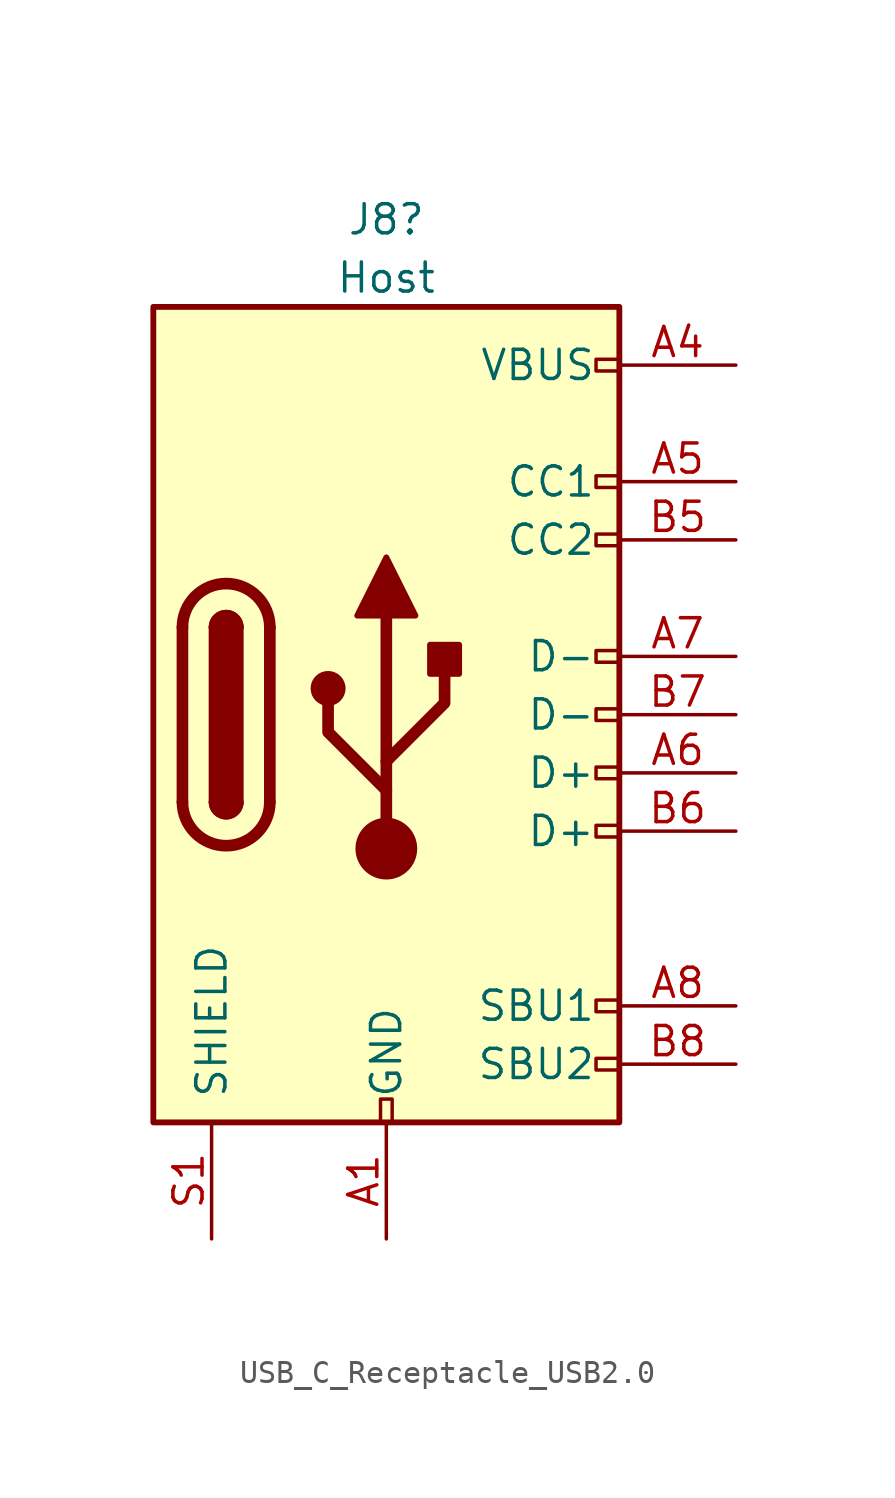
<source format=kicad_sym>
(kicad_symbol_lib
  (version 20211014)
  (generator kicad_symbol_editor)
  (symbol "USB_C_Receptacle_USB2.0"
    (pin_names
      (offset 1.016))
    (property "Reference" "J8"
      (at 0 21.59 0)
      (effects (font (size 1.27 1.27))))
    (property "Value" "Host"
      (at 0 19.05 0)
      (effects (font (size 1.27 1.27))))
    (symbol "USB_C_Receptacle_USB2.0_0_0"
      (rectangle (start -0.254 -17.78) (end 0.254 -16.764) (stroke (width 0) (type default) (color 0 0 0 0)) (fill (type none)))
      (rectangle (start 10.16 -14.986) (end 9.144 -15.494) (stroke (width 0) (type default) (color 0 0 0 0)) (fill (type none)))
      (rectangle (start 10.16 -12.446) (end 9.144 -12.954) (stroke (width 0) (type default) (color 0 0 0 0)) (fill (type none)))
      (rectangle (start 10.16 -4.826) (end 9.144 -5.334) (stroke (width 0) (type default) (color 0 0 0 0)) (fill (type none)))
      (rectangle (start 10.16 -2.286) (end 9.144 -2.794) (stroke (width 0) (type default) (color 0 0 0 0)) (fill (type none)))
      (rectangle (start 10.16 0.254) (end 9.144 -0.254) (stroke (width 0) (type default) (color 0 0 0 0)) (fill (type none)))
      (rectangle (start 10.16 2.794) (end 9.144 2.286) (stroke (width 0) (type default) (color 0 0 0 0)) (fill (type none)))
      (rectangle (start 10.16 7.874) (end 9.144 7.366) (stroke (width 0) (type default) (color 0 0 0 0)) (fill (type none)))
      (rectangle (start 10.16 10.414) (end 9.144 9.906) (stroke (width 0) (type default) (color 0 0 0 0)) (fill (type none)))
      (rectangle (start 10.16 15.494) (end 9.144 14.986) (stroke (width 0) (type default) (color 0 0 0 0)) (fill (type none))))
    (symbol "USB_C_Receptacle_USB2.0_0_1"
      (rectangle (start -10.16 17.78) (end 10.16 -17.78) (stroke (width 0.254) (type default) (color 0 0 0 0)) (fill (type background)))
      (arc (start -8.89 -3.81) (mid -6.985 -5.715) (end -5.08 -3.81) (stroke (width 0.508) (type default) (color 0 0 0 0)) (fill (type none)))
      (arc (start -7.62 -3.81) (mid -6.985 -4.445) (end -6.35 -3.81) (stroke (width 0.254) (type default) (color 0 0 0 0)) (fill (type none)))
      (arc (start -7.62 -3.81) (mid -6.985 -4.445) (end -6.35 -3.81) (stroke (width 0.254) (type default) (color 0 0 0 0)) (fill (type outline)))
      (rectangle (start -7.62 -3.81) (end -6.35 3.81) (stroke (width 0.254) (type default) (color 0 0 0 0)) (fill (type outline)))
      (arc (start -6.35 3.81) (mid -6.985 4.445) (end -7.62 3.81) (stroke (width 0.254) (type default) (color 0 0 0 0)) (fill (type none)))
      (arc (start -6.35 3.81) (mid -6.985 4.445) (end -7.62 3.81) (stroke (width 0.254) (type default) (color 0 0 0 0)) (fill (type outline)))
      (arc (start -5.08 3.81) (mid -6.985 5.715) (end -8.89 3.81) (stroke (width 0.508) (type default) (color 0 0 0 0)) (fill (type none)))
      (circle (center -2.54 1.143) (radius 0.635) (stroke (width 0.254) (type default) (color 0 0 0 0)) (fill (type outline)))
      (circle (center 0 -5.842) (radius 1.27) (stroke (width 0) (type default) (color 0 0 0 0)) (fill (type outline)))
      (polyline (pts (xy -8.89 -3.81) (xy -8.89 3.81)) (stroke (width 0.508) (type default) (color 0 0 0 0)) (fill (type none)))
      (polyline (pts (xy -5.08 3.81) (xy -5.08 -3.81)) (stroke (width 0.508) (type default) (color 0 0 0 0)) (fill (type none)))
      (polyline (pts (xy 0 -5.842) (xy 0 4.318)) (stroke (width 0.508) (type default) (color 0 0 0 0)) (fill (type none)))
      (polyline (pts (xy 0 -3.302) (xy -2.54 -0.762) (xy -2.54 0.508)) (stroke (width 0.508) (type default) (color 0 0 0 0)) (fill (type none)))
      (polyline (pts (xy 0 -2.032) (xy 2.54 0.508) (xy 2.54 1.778)) (stroke (width 0.508) (type default) (color 0 0 0 0)) (fill (type none)))
      (polyline (pts (xy -1.27 4.318) (xy 0 6.858) (xy 1.27 4.318) (xy -1.27 4.318)) (stroke (width 0.254) (type default) (color 0 0 0 0)) (fill (type outline)))
      (rectangle (start 1.905 1.778) (end 3.175 3.048) (stroke (width 0.254) (type default) (color 0 0 0 0)) (fill (type outline))))
    (symbol "USB_C_Receptacle_USB2.0_1_1"
      (pin passive line (at 0 -22.86 90) (length 5.08) (name "GND" (effects (font (size 1.27 1.27)))) (number "A1" (effects (font (size 1.27 1.27)))))
      (pin passive line (at 0 -22.86 90) (length 5.08) hide (name "GND" (effects (font (size 1.27 1.27)))) (number "A12" (effects (font (size 1.27 1.27)))))
      (pin passive line (at 15.24 15.24 180) (length 5.08) (name "VBUS" (effects (font (size 1.27 1.27)))) (number "A4" (effects (font (size 1.27 1.27)))))
      (pin bidirectional line (at 15.24 10.16 180) (length 5.08) (name "CC1" (effects (font (size 1.27 1.27)))) (number "A5" (effects (font (size 1.27 1.27)))))
      (pin bidirectional line (at 15.24 -2.54 180) (length 5.08) (name "D+" (effects (font (size 1.27 1.27)))) (number "A6" (effects (font (size 1.27 1.27)))))
      (pin bidirectional line (at 15.24 2.54 180) (length 5.08) (name "D-" (effects (font (size 1.27 1.27)))) (number "A7" (effects (font (size 1.27 1.27)))))
      (pin bidirectional line (at 15.24 -12.7 180) (length 5.08) (name "SBU1" (effects (font (size 1.27 1.27)))) (number "A8" (effects (font (size 1.27 1.27)))))
      (pin passive line (at 15.24 15.24 180) (length 5.08) hide (name "VBUS" (effects (font (size 1.27 1.27)))) (number "A9" (effects (font (size 1.27 1.27)))))
      (pin passive line (at 0 -22.86 90) (length 5.08) hide (name "GND" (effects (font (size 1.27 1.27)))) (number "B1" (effects (font (size 1.27 1.27)))))
      (pin passive line (at 0 -22.86 90) (length 5.08) hide (name "GND" (effects (font (size 1.27 1.27)))) (number "B12" (effects (font (size 1.27 1.27)))))
      (pin passive line (at 15.24 15.24 180) (length 5.08) hide (name "VBUS" (effects (font (size 1.27 1.27)))) (number "B4" (effects (font (size 1.27 1.27)))))
      (pin bidirectional line (at 15.24 7.62 180) (length 5.08) (name "CC2" (effects (font (size 1.27 1.27)))) (number "B5" (effects (font (size 1.27 1.27)))))
      (pin bidirectional line (at 15.24 -5.08 180) (length 5.08) (name "D+" (effects (font (size 1.27 1.27)))) (number "B6" (effects (font (size 1.27 1.27)))))
      (pin bidirectional line (at 15.24 0 180) (length 5.08) (name "D-" (effects (font (size 1.27 1.27)))) (number "B7" (effects (font (size 1.27 1.27)))))
      (pin bidirectional line (at 15.24 -15.24 180) (length 5.08) (name "SBU2" (effects (font (size 1.27 1.27)))) (number "B8" (effects (font (size 1.27 1.27)))))
      (pin passive line (at 15.24 15.24 180) (length 5.08) hide (name "VBUS" (effects (font (size 1.27 1.27)))) (number "B9" (effects (font (size 1.27 1.27)))))
      (pin passive line (at -7.62 -22.86 90) (length 5.08) (name "SHIELD" (effects (font (size 1.27 1.27)))) (number "S1" (effects (font (size 1.27 1.27))))))))
</source>
